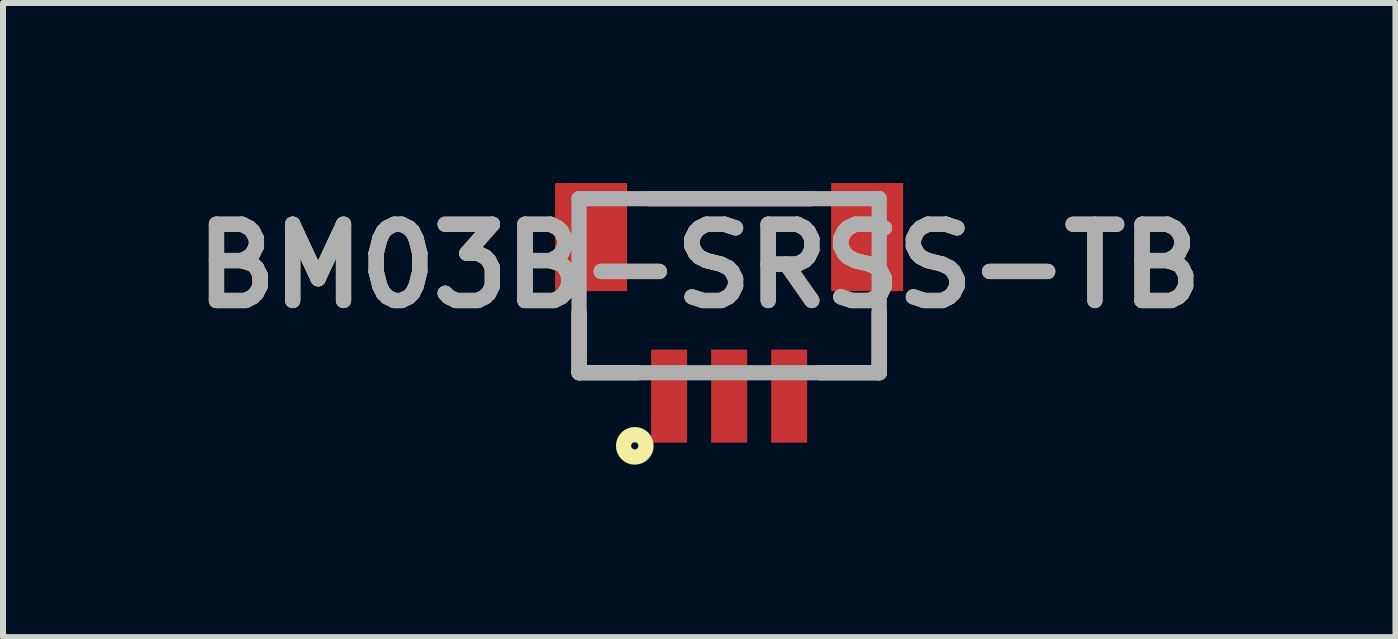
<source format=kicad_pcb>
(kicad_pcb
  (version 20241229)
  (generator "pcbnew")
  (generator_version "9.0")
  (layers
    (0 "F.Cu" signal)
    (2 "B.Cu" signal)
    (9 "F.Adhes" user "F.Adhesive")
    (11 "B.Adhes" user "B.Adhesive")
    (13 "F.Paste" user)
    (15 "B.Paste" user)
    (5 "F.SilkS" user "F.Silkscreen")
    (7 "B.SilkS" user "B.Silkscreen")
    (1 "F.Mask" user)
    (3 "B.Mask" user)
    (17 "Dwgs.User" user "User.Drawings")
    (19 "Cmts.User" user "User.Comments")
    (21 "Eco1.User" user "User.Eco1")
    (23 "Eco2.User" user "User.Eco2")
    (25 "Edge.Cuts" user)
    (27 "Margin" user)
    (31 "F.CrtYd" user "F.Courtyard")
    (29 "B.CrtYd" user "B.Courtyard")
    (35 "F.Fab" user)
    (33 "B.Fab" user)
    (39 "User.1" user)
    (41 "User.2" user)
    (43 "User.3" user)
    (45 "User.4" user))
  (footprint "BM03B-SRSS-TB"
    (layer "F.Cu")
    (at 11.598 3.16)
    (property "Reference" "BM03B-SRSS-TB" (at -2.998 -1.778 0) (layer "F.SilkS") (effects (font (size 1.27 1.27) (thickness 0.254))))
    (attr smd)
    (fp_line (start -5 0) (end -5 -1) (stroke (width 0.254) (type solid)) (layer "F.SilkS"))
    (fp_line (start -5 0) (end -4.029 0) (stroke (width 0.254) (type solid)) (layer "F.SilkS"))
    (fp_line (start -3.842 -2.9) (end -1.13 -2.9) (stroke (width 0.254) (type solid)) (layer "F.SilkS"))
    (fp_line (start 0 0) (end -0.984 0) (stroke (width 0.254) (type solid)) (layer "F.SilkS"))
    (fp_line (start 0 0) (end 0 -1) (stroke (width 0.254) (type solid)) (layer "F.SilkS"))
    (fp_circle (center -4.072 1.218) (end -4.072 1.278) (stroke (width 0.254) (type solid)) (fill no) (layer "F.SilkS"))
    (fp_line (start -5 -2.9) (end 0 -2.9) (stroke (width 0.254) (type solid)) (layer "F.Fab"))
    (fp_line (start -5 0) (end -5 -2.9) (stroke (width 0.254) (type solid)) (layer "F.Fab"))
    (fp_line (start 0 -2.9) (end 0 0) (stroke (width 0.254) (type solid)) (layer "F.Fab"))
    (fp_line (start 0 0) (end -5 0) (stroke (width 0.254) (type solid)) (layer "F.Fab"))
    (fp_text user "${REFERENCE}" (at -2.998 -1.778 0) (layer "F.Fab") (effects (font (size 1.27 1.27) (thickness 0.254))))
    (pad "1" smd rect (at -3.5 0.39) (size 0.6 1.55) (layers "F.Cu" "F.Mask" "F.Paste"))
    (pad "2" smd rect (at -2.5 0.39) (size 0.6 1.55) (layers "F.Cu" "F.Mask" "F.Paste"))
    (pad "3" smd rect (at -1.5 0.39) (size 0.6 1.55) (layers "F.Cu" "F.Mask" "F.Paste"))
    (pad "4" smd rect (at -4.8 -2.26) (size 1.2 1.8) (layers "F.Cu" "F.Mask" "F.Paste"))
    (pad "5" smd rect (at -0.2 -2.26) (size 1.2 1.8) (layers "F.Cu" "F.Mask" "F.Paste")))
  (gr_rect
    (start -3 -3)
    (end 20.199 7.565)
    (stroke (width 0.1) (type default))
    (fill no)
    (layer "Edge.Cuts")))
</source>
